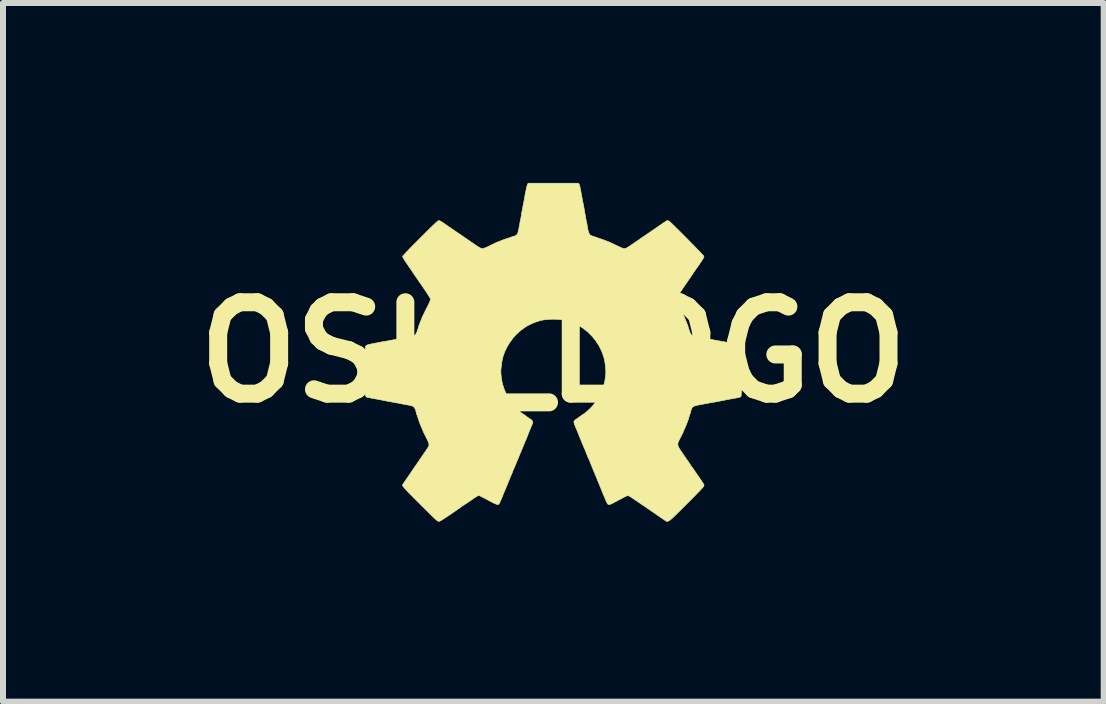
<source format=kicad_pcb>
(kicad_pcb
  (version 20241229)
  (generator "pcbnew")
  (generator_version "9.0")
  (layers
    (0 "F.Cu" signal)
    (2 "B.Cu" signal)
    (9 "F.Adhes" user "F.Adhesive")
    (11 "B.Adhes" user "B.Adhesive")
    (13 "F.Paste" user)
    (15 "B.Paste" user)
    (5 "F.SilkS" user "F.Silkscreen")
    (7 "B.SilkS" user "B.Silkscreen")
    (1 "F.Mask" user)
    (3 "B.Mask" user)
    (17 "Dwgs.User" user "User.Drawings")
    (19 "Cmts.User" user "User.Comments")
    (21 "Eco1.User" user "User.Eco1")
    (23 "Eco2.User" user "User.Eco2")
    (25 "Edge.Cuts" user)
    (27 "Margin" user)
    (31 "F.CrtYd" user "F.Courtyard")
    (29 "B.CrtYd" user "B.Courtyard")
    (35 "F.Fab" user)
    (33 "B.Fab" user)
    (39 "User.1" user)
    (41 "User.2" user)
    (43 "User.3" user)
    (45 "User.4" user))
  (footprint "OSH_LOGO"
    (layer "F.Cu")
    (at 6.176 2.824)
    (property "Reference" "OSH_LOGO" (at 0 0 0) (layer "F.SilkS") (effects (font (size 1.524 1.524) (thickness 0.3))))
    (attr through_hole)
    (fp_poly (pts (xy 0.428 -2.805) (xy 0.433 -2.797) (xy 0.437 -2.786) (xy 0.441 -2.77) (xy 0.446 -2.748) (xy 0.452 -2.718) (xy 0.459 -2.68) (xy 0.468 -2.631) (xy 0.476 -2.586) (xy 0.481 -2.559) (xy 0.486 -2.532) (xy 0.488 -2.522) (xy 0.495 -2.489) (xy 0.504 -2.445) (xy 0.513 -2.395) (xy 0.522 -2.341) (xy 0.532 -2.286) (xy 0.533 -2.275) (xy 0.538 -2.248) (xy 0.543 -2.22) (xy 0.545 -2.211) (xy 0.557 -2.156) (xy 0.567 -2.099) (xy 0.572 -2.067) (xy 0.581 -2.025) (xy 0.592 -1.99) (xy 0.604 -1.966) (xy 0.611 -1.958) (xy 0.625 -1.949) (xy 0.646 -1.94) (xy 0.664 -1.934) (xy 0.687 -1.927) (xy 0.707 -1.92) (xy 0.718 -1.916) (xy 0.731 -1.911) (xy 0.753 -1.904) (xy 0.777 -1.895) (xy 0.778 -1.895) (xy 0.806 -1.886) (xy 0.834 -1.876) (xy 0.854 -1.868) (xy 0.878 -1.859) (xy 0.907 -1.848) (xy 0.924 -1.841) (xy 0.943 -1.833) (xy 0.97 -1.82) (xy 1.003 -1.805) (xy 1.038 -1.788) (xy 1.057 -1.779) (xy 1.099 -1.759) (xy 1.131 -1.744) (xy 1.157 -1.734) (xy 1.179 -1.73) (xy 1.198 -1.732) (xy 1.219 -1.739) (xy 1.242 -1.752) (xy 1.271 -1.771) (xy 1.289 -1.783) (xy 1.326 -1.808) (xy 1.367 -1.836) (xy 1.407 -1.863) (xy 1.442 -1.887) (xy 1.448 -1.892) (xy 1.477 -1.912) (xy 1.514 -1.937) (xy 1.555 -1.965) (xy 1.596 -1.993) (xy 1.629 -2.016) (xy 1.665 -2.04) (xy 1.7 -2.064) (xy 1.732 -2.086) (xy 1.759 -2.105) (xy 1.778 -2.118) (xy 1.778 -2.118) (xy 1.822 -2.149) (xy 1.857 -2.172) (xy 1.882 -2.188) (xy 1.899 -2.196) (xy 1.904 -2.197) (xy 1.915 -2.194) (xy 1.931 -2.186) (xy 1.933 -2.185) (xy 1.942 -2.177) (xy 1.959 -2.162) (xy 1.982 -2.14) (xy 2.011 -2.112) (xy 2.045 -2.078) (xy 2.083 -2.041) (xy 2.124 -2) (xy 2.167 -1.957) (xy 2.211 -1.913) (xy 2.255 -1.868) (xy 2.298 -1.824) (xy 2.34 -1.782) (xy 2.379 -1.741) (xy 2.415 -1.704) (xy 2.447 -1.672) (xy 2.472 -1.644) (xy 2.492 -1.623) (xy 2.505 -1.609) (xy 2.509 -1.603) (xy 2.509 -1.588) (xy 2.509 -1.583) (xy 2.505 -1.576) (xy 2.496 -1.56) (xy 2.482 -1.539) (xy 2.466 -1.514) (xy 2.448 -1.487) (xy 2.431 -1.461) (xy 2.416 -1.439) (xy 2.403 -1.421) (xy 2.396 -1.411) (xy 2.394 -1.41) (xy 2.39 -1.404) (xy 2.379 -1.389) (xy 2.364 -1.366) (xy 2.345 -1.338) (xy 2.323 -1.306) (xy 2.316 -1.295) (xy 2.288 -1.254) (xy 2.255 -1.206) (xy 2.221 -1.156) (xy 2.187 -1.107) (xy 2.158 -1.064) (xy 2.125 -1.015) (xy 2.098 -0.975) (xy 2.077 -0.943) (xy 2.062 -0.919) (xy 2.052 -0.901) (xy 2.047 -0.888) (xy 2.045 -0.88) (xy 2.045 -0.879) (xy 2.047 -0.871) (xy 2.055 -0.853) (xy 2.067 -0.828) (xy 2.082 -0.797) (xy 2.1 -0.762) (xy 2.104 -0.754) (xy 2.131 -0.701) (xy 2.153 -0.656) (xy 2.171 -0.617) (xy 2.187 -0.581) (xy 2.202 -0.545) (xy 2.217 -0.507) (xy 2.219 -0.502) (xy 2.228 -0.479) (xy 2.237 -0.458) (xy 2.239 -0.452) (xy 2.245 -0.435) (xy 2.248 -0.422) (xy 2.248 -0.421) (xy 2.25 -0.409) (xy 2.256 -0.392) (xy 2.257 -0.391) (xy 2.264 -0.374) (xy 2.269 -0.359) (xy 2.269 -0.359) (xy 2.283 -0.32) (xy 2.301 -0.291) (xy 2.323 -0.273) (xy 2.348 -0.267) (xy 2.348 -0.267) (xy 2.362 -0.265) (xy 2.384 -0.262) (xy 2.402 -0.258) (xy 2.452 -0.247) (xy 2.505 -0.237) (xy 2.554 -0.229) (xy 2.556 -0.228) (xy 2.581 -0.224) (xy 2.61 -0.219) (xy 2.626 -0.216) (xy 2.672 -0.207) (xy 2.708 -0.2) (xy 2.737 -0.195) (xy 2.762 -0.19) (xy 2.786 -0.186) (xy 2.81 -0.182) (xy 2.845 -0.176) (xy 2.872 -0.171) (xy 2.893 -0.167) (xy 2.913 -0.163) (xy 2.935 -0.159) (xy 2.956 -0.155) (xy 2.987 -0.149) (xy 3.02 -0.142) (xy 3.048 -0.137) (xy 3.048 -0.137) (xy 3.084 -0.128) (xy 3.111 -0.117) (xy 3.128 -0.105) (xy 3.133 -0.098) (xy 3.134 -0.09) (xy 3.134 -0.071) (xy 3.135 -0.04) (xy 3.135 -0.001) (xy 3.136 0.047) (xy 3.136 0.102) (xy 3.137 0.163) (xy 3.137 0.229) (xy 3.137 0.299) (xy 3.137 0.317) (xy 3.137 0.4) (xy 3.137 0.471) (xy 3.137 0.531) (xy 3.136 0.581) (xy 3.136 0.623) (xy 3.135 0.656) (xy 3.134 0.682) (xy 3.133 0.701) (xy 3.132 0.716) (xy 3.131 0.725) (xy 3.129 0.732) (xy 3.127 0.735) (xy 3.123 0.74) (xy 3.116 0.745) (xy 3.106 0.749) (xy 3.091 0.753) (xy 3.068 0.758) (xy 3.037 0.764) (xy 2.994 0.771) (xy 2.991 0.772) (xy 2.958 0.778) (xy 2.925 0.784) (xy 2.896 0.789) (xy 2.889 0.791) (xy 2.862 0.796) (xy 2.828 0.803) (xy 2.797 0.809) (xy 2.797 0.809) (xy 2.767 0.815) (xy 2.735 0.821) (xy 2.709 0.826) (xy 2.708 0.826) (xy 2.681 0.831) (xy 2.652 0.836) (xy 2.638 0.838) (xy 2.613 0.842) (xy 2.584 0.848) (xy 2.569 0.851) (xy 2.525 0.859) (xy 2.474 0.869) (xy 2.42 0.879) (xy 2.404 0.882) (xy 2.378 0.888) (xy 2.353 0.896) (xy 2.341 0.901) (xy 2.325 0.911) (xy 2.314 0.923) (xy 2.305 0.941) (xy 2.3 0.952) (xy 2.293 0.974) (xy 2.287 0.994) (xy 2.286 1.005) (xy 2.284 1.019) (xy 2.28 1.025) (xy 2.275 1.033) (xy 2.27 1.048) (xy 2.27 1.049) (xy 2.262 1.078) (xy 2.251 1.116) (xy 2.236 1.158) (xy 2.219 1.202) (xy 2.201 1.244) (xy 2.19 1.269) (xy 2.181 1.289) (xy 2.174 1.306) (xy 2.172 1.314) (xy 2.172 1.314) (xy 2.169 1.322) (xy 2.161 1.338) (xy 2.15 1.362) (xy 2.135 1.391) (xy 2.123 1.414) (xy 2.105 1.45) (xy 2.09 1.479) (xy 2.08 1.504) (xy 2.076 1.525) (xy 2.076 1.545) (xy 2.082 1.566) (xy 2.093 1.59) (xy 2.11 1.619) (xy 2.134 1.654) (xy 2.162 1.695) (xy 2.187 1.733) (xy 2.211 1.768) (xy 2.233 1.799) (xy 2.251 1.824) (xy 2.263 1.842) (xy 2.268 1.849) (xy 2.279 1.864) (xy 2.285 1.874) (xy 2.286 1.877) (xy 2.29 1.885) (xy 2.298 1.895) (xy 2.306 1.905) (xy 2.319 1.923) (xy 2.336 1.947) (xy 2.355 1.975) (xy 2.361 1.984) (xy 2.384 2.018) (xy 2.408 2.053) (xy 2.431 2.086) (xy 2.45 2.113) (xy 2.451 2.115) (xy 2.469 2.14) (xy 2.485 2.165) (xy 2.497 2.184) (xy 2.502 2.192) (xy 2.51 2.208) (xy 2.512 2.218) (xy 2.507 2.23) (xy 2.502 2.24) (xy 2.496 2.249) (xy 2.481 2.265) (xy 2.459 2.289) (xy 2.43 2.32) (xy 2.395 2.355) (xy 2.356 2.396) (xy 2.312 2.44) (xy 2.265 2.488) (xy 2.215 2.537) (xy 2.211 2.542) (xy 2.152 2.6) (xy 2.101 2.651) (xy 2.058 2.694) (xy 2.022 2.729) (xy 1.991 2.758) (xy 1.966 2.781) (xy 1.946 2.797) (xy 1.929 2.809) (xy 1.914 2.816) (xy 1.902 2.819) (xy 1.892 2.819) (xy 1.882 2.815) (xy 1.871 2.809) (xy 1.86 2.801) (xy 1.846 2.792) (xy 1.843 2.79) (xy 1.821 2.774) (xy 1.793 2.756) (xy 1.761 2.733) (xy 1.721 2.706) (xy 1.674 2.673) (xy 1.622 2.638) (xy 1.6 2.622) (xy 1.569 2.601) (xy 1.533 2.576) (xy 1.494 2.55) (xy 1.454 2.524) (xy 1.445 2.517) (xy 1.409 2.492) (xy 1.375 2.469) (xy 1.345 2.449) (xy 1.321 2.433) (xy 1.306 2.422) (xy 1.302 2.419) (xy 1.282 2.406) (xy 1.26 2.396) (xy 1.256 2.394) (xy 1.249 2.392) (xy 1.242 2.391) (xy 1.235 2.391) (xy 1.225 2.394) (xy 1.211 2.4) (xy 1.192 2.409) (xy 1.167 2.422) (xy 1.134 2.44) (xy 1.091 2.463) (xy 1.084 2.466) (xy 1.042 2.489) (xy 1.009 2.506) (xy 0.984 2.519) (xy 0.965 2.528) (xy 0.952 2.533) (xy 0.941 2.536) (xy 0.937 2.537) (xy 0.926 2.538) (xy 0.916 2.537) (xy 0.908 2.53) (xy 0.899 2.518) (xy 0.888 2.498) (xy 0.875 2.469) (xy 0.863 2.438) (xy 0.855 2.421) (xy 0.848 2.403) (xy 0.842 2.389) (xy 0.832 2.367) (xy 0.822 2.341) (xy 0.817 2.33) (xy 0.809 2.31) (xy 0.797 2.279) (xy 0.781 2.242) (xy 0.764 2.199) (xy 0.745 2.154) (xy 0.73 2.118) (xy 0.713 2.075) (xy 0.696 2.035) (xy 0.682 1.999) (xy 0.67 1.971) (xy 0.661 1.95) (xy 0.657 1.94) (xy 0.651 1.925) (xy 0.642 1.903) (xy 0.631 1.877) (xy 0.629 1.87) (xy 0.618 1.844) (xy 0.609 1.82) (xy 0.601 1.803) (xy 0.6 1.8) (xy 0.588 1.773) (xy 0.576 1.746) (xy 0.563 1.714) (xy 0.549 1.68) (xy 0.538 1.652) (xy 0.528 1.626) (xy 0.519 1.606) (xy 0.517 1.6) (xy 0.509 1.582) (xy 0.502 1.567) (xy 0.502 1.565) (xy 0.497 1.554) (xy 0.489 1.534) (xy 0.479 1.51) (xy 0.473 1.495) (xy 0.46 1.464) (xy 0.445 1.427) (xy 0.43 1.39) (xy 0.421 1.368) (xy 0.41 1.34) (xy 0.4 1.314) (xy 0.392 1.295) (xy 0.388 1.286) (xy 0.369 1.243) (xy 0.356 1.21) (xy 0.347 1.185) (xy 0.343 1.167) (xy 0.344 1.153) (xy 0.349 1.142) (xy 0.358 1.133) (xy 0.37 1.124) (xy 0.387 1.112) (xy 0.411 1.095) (xy 0.437 1.076) (xy 0.449 1.067) (xy 0.472 1.051) (xy 0.49 1.038) (xy 0.502 1.03) (xy 0.506 1.029) (xy 0.513 1.025) (xy 0.528 1.013) (xy 0.548 0.996) (xy 0.571 0.976) (xy 0.595 0.954) (xy 0.619 0.931) (xy 0.639 0.91) (xy 0.654 0.894) (xy 0.678 0.865) (xy 0.703 0.832) (xy 0.727 0.798) (xy 0.748 0.767) (xy 0.763 0.742) (xy 0.804 0.655) (xy 0.835 0.571) (xy 0.857 0.487) (xy 0.87 0.399) (xy 0.874 0.359) (xy 0.875 0.319) (xy 0.872 0.272) (xy 0.867 0.22) (xy 0.86 0.168) (xy 0.851 0.12) (xy 0.842 0.083) (xy 0.808 -0.014) (xy 0.763 -0.106) (xy 0.707 -0.192) (xy 0.643 -0.271) (xy 0.57 -0.343) (xy 0.49 -0.405) (xy 0.413 -0.452) (xy 0.388 -0.465) (xy 0.365 -0.476) (xy 0.338 -0.487) (xy 0.304 -0.501) (xy 0.302 -0.502) (xy 0.233 -0.525) (xy 0.16 -0.54) (xy 0.081 -0.549) (xy 0 -0.552) (xy -0.087 -0.549) (xy -0.166 -0.54) (xy -0.238 -0.523) (xy -0.302 -0.502) (xy -0.359 -0.478) (xy -0.407 -0.455) (xy -0.452 -0.43) (xy -0.495 -0.401) (xy -0.542 -0.366) (xy -0.557 -0.354) (xy -0.618 -0.299) (xy -0.675 -0.234) (xy -0.727 -0.163) (xy -0.772 -0.088) (xy -0.81 -0.01) (xy -0.838 0.068) (xy -0.856 0.144) (xy -0.857 0.152) (xy -0.864 0.202) (xy -0.869 0.242) (xy -0.873 0.274) (xy -0.875 0.3) (xy -0.875 0.323) (xy -0.875 0.345) (xy -0.874 0.359) (xy -0.864 0.449) (xy -0.846 0.535) (xy -0.819 0.618) (xy -0.782 0.703) (xy -0.763 0.742) (xy -0.748 0.767) (xy -0.727 0.798) (xy -0.703 0.832) (xy -0.678 0.865) (xy -0.654 0.894) (xy -0.638 0.912) (xy -0.617 0.933) (xy -0.594 0.955) (xy -0.569 0.978) (xy -0.546 0.998) (xy -0.527 1.014) (xy -0.512 1.025) (xy -0.505 1.029) (xy -0.499 1.032) (xy -0.484 1.042) (xy -0.465 1.056) (xy -0.451 1.067) (xy -0.429 1.083) (xy -0.411 1.096) (xy -0.4 1.103) (xy -0.397 1.105) (xy -0.39 1.109) (xy -0.376 1.118) (xy -0.368 1.124) (xy -0.349 1.145) (xy -0.342 1.167) (xy -0.348 1.191) (xy -0.349 1.192) (xy -0.354 1.203) (xy -0.362 1.222) (xy -0.372 1.246) (xy -0.378 1.26) (xy -0.389 1.288) (xy -0.399 1.312) (xy -0.407 1.331) (xy -0.409 1.337) (xy -0.417 1.356) (xy -0.425 1.378) (xy -0.425 1.378) (xy -0.43 1.39) (xy -0.437 1.408) (xy -0.447 1.433) (xy -0.461 1.467) (xy -0.479 1.509) (xy -0.501 1.563) (xy -0.506 1.575) (xy -0.514 1.593) (xy -0.52 1.609) (xy -0.521 1.61) (xy -0.526 1.621) (xy -0.534 1.641) (xy -0.544 1.665) (xy -0.55 1.68) (xy -0.561 1.707) (xy -0.571 1.731) (xy -0.579 1.75) (xy -0.581 1.756) (xy -0.588 1.773) (xy -0.596 1.79) (xy -0.604 1.81) (xy -0.615 1.836) (xy -0.626 1.864) (xy -0.638 1.893) (xy -0.651 1.923) (xy -0.661 1.947) (xy -0.664 1.954) (xy -0.673 1.972) (xy -0.678 1.986) (xy -0.679 1.991) (xy -0.682 1.999) (xy -0.688 2.013) (xy -0.688 2.015) (xy -0.697 2.034) (xy -0.708 2.059) (xy -0.72 2.087) (xy -0.732 2.116) (xy -0.743 2.144) (xy -0.753 2.167) (xy -0.759 2.184) (xy -0.762 2.192) (xy -0.762 2.192) (xy -0.764 2.2) (xy -0.771 2.215) (xy -0.78 2.236) (xy -0.78 2.236) (xy -0.791 2.262) (xy -0.802 2.288) (xy -0.809 2.305) (xy -0.818 2.326) (xy -0.827 2.345) (xy -0.829 2.35) (xy -0.836 2.365) (xy -0.838 2.374) (xy -0.841 2.383) (xy -0.847 2.4) (xy -0.857 2.421) (xy -0.868 2.447) (xy -0.879 2.473) (xy -0.886 2.489) (xy -0.894 2.507) (xy -0.901 2.522) (xy -0.908 2.532) (xy -0.918 2.537) (xy -0.931 2.538) (xy -0.949 2.533) (xy -0.972 2.524) (xy -1.002 2.51) (xy -1.041 2.49) (xy -1.09 2.464) (xy -1.105 2.456) (xy -1.134 2.44) (xy -1.163 2.425) (xy -1.188 2.411) (xy -1.199 2.406) (xy -1.218 2.396) (xy -1.234 2.389) (xy -1.241 2.388) (xy -1.256 2.392) (xy -1.278 2.403) (xy -1.309 2.422) (xy -1.34 2.444) (xy -1.365 2.462) (xy -1.394 2.481) (xy -1.422 2.5) (xy -1.449 2.519) (xy -1.473 2.534) (xy -1.491 2.546) (xy -1.502 2.552) (xy -1.504 2.553) (xy -1.51 2.556) (xy -1.519 2.563) (xy -1.53 2.572) (xy -1.551 2.588) (xy -1.581 2.609) (xy -1.618 2.635) (xy -1.662 2.665) (xy -1.712 2.699) (xy -1.767 2.736) (xy -1.782 2.746) (xy -1.823 2.773) (xy -1.854 2.793) (xy -1.878 2.807) (xy -1.895 2.815) (xy -1.907 2.819) (xy -1.912 2.819) (xy -1.916 2.819) (xy -1.923 2.816) (xy -1.93 2.811) (xy -1.941 2.803) (xy -1.955 2.792) (xy -1.972 2.776) (xy -1.995 2.755) (xy -2.023 2.728) (xy -2.057 2.695) (xy -2.097 2.655) (xy -2.145 2.607) (xy -2.202 2.551) (xy -2.208 2.545) (xy -2.27 2.483) (xy -2.323 2.43) (xy -2.368 2.384) (xy -2.406 2.346) (xy -2.437 2.313) (xy -2.462 2.287) (xy -2.481 2.265) (xy -2.496 2.249) (xy -2.506 2.235) (xy -2.512 2.226) (xy -2.514 2.218) (xy -2.515 2.216) (xy -2.514 2.212) (xy -2.512 2.206) (xy -2.506 2.197) (xy -2.497 2.184) (xy -2.484 2.163) (xy -2.464 2.135) (xy -2.445 2.108) (xy -2.431 2.087) (xy -2.411 2.058) (xy -2.388 2.024) (xy -2.363 1.988) (xy -2.346 1.962) (xy -2.32 1.924) (xy -2.291 1.882) (xy -2.263 1.841) (xy -2.238 1.805) (xy -2.227 1.788) (xy -2.189 1.734) (xy -2.159 1.689) (xy -2.134 1.653) (xy -2.115 1.625) (xy -2.1 1.602) (xy -2.089 1.585) (xy -2.082 1.573) (xy -2.078 1.563) (xy -2.075 1.556) (xy -2.074 1.55) (xy -2.074 1.544) (xy -2.074 1.538) (xy -2.074 1.537) (xy -2.076 1.523) (xy -2.08 1.507) (xy -2.088 1.486) (xy -2.101 1.459) (xy -2.119 1.423) (xy -2.123 1.414) (xy -2.139 1.382) (xy -2.153 1.355) (xy -2.164 1.333) (xy -2.17 1.319) (xy -2.172 1.315) (xy -2.174 1.307) (xy -2.181 1.29) (xy -2.19 1.269) (xy -2.193 1.263) (xy -2.22 1.2) (xy -2.245 1.13) (xy -2.258 1.092) (xy -2.265 1.068) (xy -2.273 1.046) (xy -2.277 1.036) (xy -2.283 1.019) (xy -2.286 1.005) (xy -2.286 1.005) (xy -2.288 0.993) (xy -2.293 0.974) (xy -2.3 0.954) (xy -2.312 0.929) (xy -2.327 0.91) (xy -2.348 0.897) (xy -2.377 0.888) (xy -2.4 0.883) (xy -2.45 0.874) (xy -2.508 0.863) (xy -2.569 0.851) (xy -2.596 0.846) (xy -2.624 0.841) (xy -2.638 0.838) (xy -2.663 0.834) (xy -2.692 0.829) (xy -2.708 0.826) (xy -2.734 0.821) (xy -2.766 0.815) (xy -2.796 0.809) (xy -2.797 0.809) (xy -2.828 0.803) (xy -2.861 0.796) (xy -2.889 0.791) (xy -2.889 0.791) (xy -2.915 0.786) (xy -2.948 0.78) (xy -2.981 0.774) (xy -2.991 0.772) (xy -3.034 0.764) (xy -3.066 0.758) (xy -3.089 0.753) (xy -3.105 0.749) (xy -3.116 0.745) (xy -3.122 0.741) (xy -3.127 0.735) (xy -3.127 0.735) (xy -3.129 0.731) (xy -3.131 0.724) (xy -3.132 0.713) (xy -3.134 0.698) (xy -3.135 0.677) (xy -3.135 0.649) (xy -3.136 0.614) (xy -3.136 0.571) (xy -3.137 0.519) (xy -3.137 0.456) (xy -3.137 0.383) (xy -3.137 0.317) (xy -3.137 0.246) (xy -3.137 0.179) (xy -3.136 0.116) (xy -3.136 0.06) (xy -3.136 0.01) (xy -3.135 -0.032) (xy -3.134 -0.064) (xy -3.134 -0.086) (xy -3.133 -0.097) (xy -3.133 -0.098) (xy -3.122 -0.111) (xy -3.1 -0.123) (xy -3.069 -0.133) (xy -3.048 -0.137) (xy -3.02 -0.142) (xy -2.987 -0.149) (xy -2.956 -0.155) (xy -2.956 -0.155) (xy -2.93 -0.16) (xy -2.909 -0.164) (xy -2.889 -0.168) (xy -2.867 -0.172) (xy -2.839 -0.177) (xy -2.81 -0.182) (xy -2.785 -0.186) (xy -2.761 -0.19) (xy -2.735 -0.195) (xy -2.706 -0.201) (xy -2.669 -0.208) (xy -2.626 -0.216) (xy -2.598 -0.221) (xy -2.57 -0.226) (xy -2.556 -0.228) (xy -2.517 -0.235) (xy -2.47 -0.243) (xy -2.421 -0.254) (xy -2.402 -0.258) (xy -2.379 -0.263) (xy -2.359 -0.266) (xy -2.349 -0.267) (xy -2.325 -0.273) (xy -2.303 -0.29) (xy -2.285 -0.318) (xy -2.282 -0.323) (xy -2.274 -0.343) (xy -2.268 -0.359) (xy -2.267 -0.365) (xy -2.264 -0.376) (xy -2.258 -0.391) (xy -2.257 -0.391) (xy -2.251 -0.408) (xy -2.248 -0.42) (xy -2.245 -0.434) (xy -2.24 -0.451) (xy -2.239 -0.452) (xy -2.231 -0.472) (xy -2.222 -0.495) (xy -2.219 -0.502) (xy -2.21 -0.524) (xy -2.202 -0.545) (xy -2.199 -0.55) (xy -2.194 -0.565) (xy -2.191 -0.575) (xy -2.191 -0.575) (xy -2.188 -0.582) (xy -2.18 -0.599) (xy -2.168 -0.624) (xy -2.153 -0.655) (xy -2.135 -0.692) (xy -2.117 -0.728) (xy -2.094 -0.773) (xy -2.077 -0.808) (xy -2.064 -0.834) (xy -2.056 -0.854) (xy -2.05 -0.868) (xy -2.048 -0.878) (xy -2.048 -0.885) (xy -2.05 -0.892) (xy -2.051 -0.896) (xy -2.058 -0.908) (xy -2.07 -0.929) (xy -2.088 -0.957) (xy -2.11 -0.991) (xy -2.134 -1.028) (xy -2.161 -1.068) (xy -2.189 -1.108) (xy -2.216 -1.148) (xy -2.222 -1.156) (xy -2.235 -1.174) (xy -2.253 -1.201) (xy -2.275 -1.233) (xy -2.299 -1.268) (xy -2.321 -1.3) (xy -2.348 -1.341) (xy -2.379 -1.386) (xy -2.41 -1.431) (xy -2.438 -1.473) (xy -2.453 -1.495) (xy -2.477 -1.531) (xy -2.494 -1.558) (xy -2.505 -1.577) (xy -2.511 -1.59) (xy -2.512 -1.599) (xy -2.512 -1.6) (xy -2.508 -1.606) (xy -2.498 -1.619) (xy -2.482 -1.636) (xy -2.46 -1.66) (xy -2.43 -1.691) (xy -2.394 -1.729) (xy -2.35 -1.774) (xy -2.297 -1.827) (xy -2.236 -1.888) (xy -2.226 -1.899) (xy -2.163 -1.961) (xy -2.109 -2.015) (xy -2.063 -2.061) (xy -2.024 -2.099) (xy -1.992 -2.13) (xy -1.966 -2.154) (xy -1.946 -2.172) (xy -1.931 -2.185) (xy -1.921 -2.192) (xy -1.916 -2.194) (xy -1.906 -2.195) (xy -1.895 -2.192) (xy -1.88 -2.186) (xy -1.86 -2.174) (xy -1.833 -2.156) (xy -1.798 -2.132) (xy -1.791 -2.127) (xy -1.768 -2.111) (xy -1.737 -2.09) (xy -1.702 -2.065) (xy -1.664 -2.04) (xy -1.629 -2.015) (xy -1.59 -1.989) (xy -1.548 -1.961) (xy -1.508 -1.933) (xy -1.472 -1.909) (xy -1.448 -1.892) (xy -1.415 -1.869) (xy -1.375 -1.842) (xy -1.335 -1.814) (xy -1.296 -1.788) (xy -1.289 -1.783) (xy -1.257 -1.762) (xy -1.231 -1.746) (xy -1.209 -1.735) (xy -1.189 -1.73) (xy -1.169 -1.731) (xy -1.146 -1.738) (xy -1.117 -1.75) (xy -1.081 -1.767) (xy -1.057 -1.779) (xy -1.022 -1.796) (xy -0.988 -1.812) (xy -0.957 -1.827) (xy -0.933 -1.837) (xy -0.924 -1.841) (xy -0.897 -1.851) (xy -0.869 -1.862) (xy -0.854 -1.868) (xy -0.831 -1.877) (xy -0.802 -1.887) (xy -0.778 -1.895) (xy -0.754 -1.903) (xy -0.732 -1.911) (xy -0.718 -1.916) (xy -0.718 -1.916) (xy -0.703 -1.921) (xy -0.682 -1.928) (xy -0.662 -1.934) (xy -0.638 -1.942) (xy -0.62 -1.951) (xy -0.607 -1.963) (xy -0.596 -1.98) (xy -0.588 -2.005) (xy -0.58 -2.038) (xy -0.574 -2.07) (xy -0.566 -2.113) (xy -0.56 -2.146) (xy -0.555 -2.172) (xy -0.552 -2.191) (xy -0.548 -2.208) (xy -0.545 -2.223) (xy -0.542 -2.233) (xy -0.538 -2.257) (xy -0.534 -2.279) (xy -0.533 -2.291) (xy -0.531 -2.312) (xy -0.528 -2.328) (xy -0.524 -2.341) (xy -0.52 -2.364) (xy -0.514 -2.393) (xy -0.509 -2.423) (xy -0.503 -2.456) (xy -0.497 -2.487) (xy -0.491 -2.514) (xy -0.488 -2.53) (xy -0.483 -2.555) (xy -0.478 -2.584) (xy -0.476 -2.596) (xy -0.472 -2.624) (xy -0.466 -2.652) (xy -0.464 -2.664) (xy -0.459 -2.687) (xy -0.453 -2.715) (xy -0.447 -2.743) (xy -0.441 -2.768) (xy -0.434 -2.79) (xy -0.428 -2.804) (xy -0.428 -2.805) (xy -0.419 -2.819) (xy -0.000001 -2.819) (xy 0.419 -2.819) (xy 0.428 -2.805)) (stroke (width 0.01) (type solid)) (fill yes) (layer "F.SilkS")))
  (gr_rect
    (start -3 -3)
    (end 15.352 8.649)
    (stroke (width 0.1) (type default))
    (fill no)
    (layer "Edge.Cuts")))
</source>
